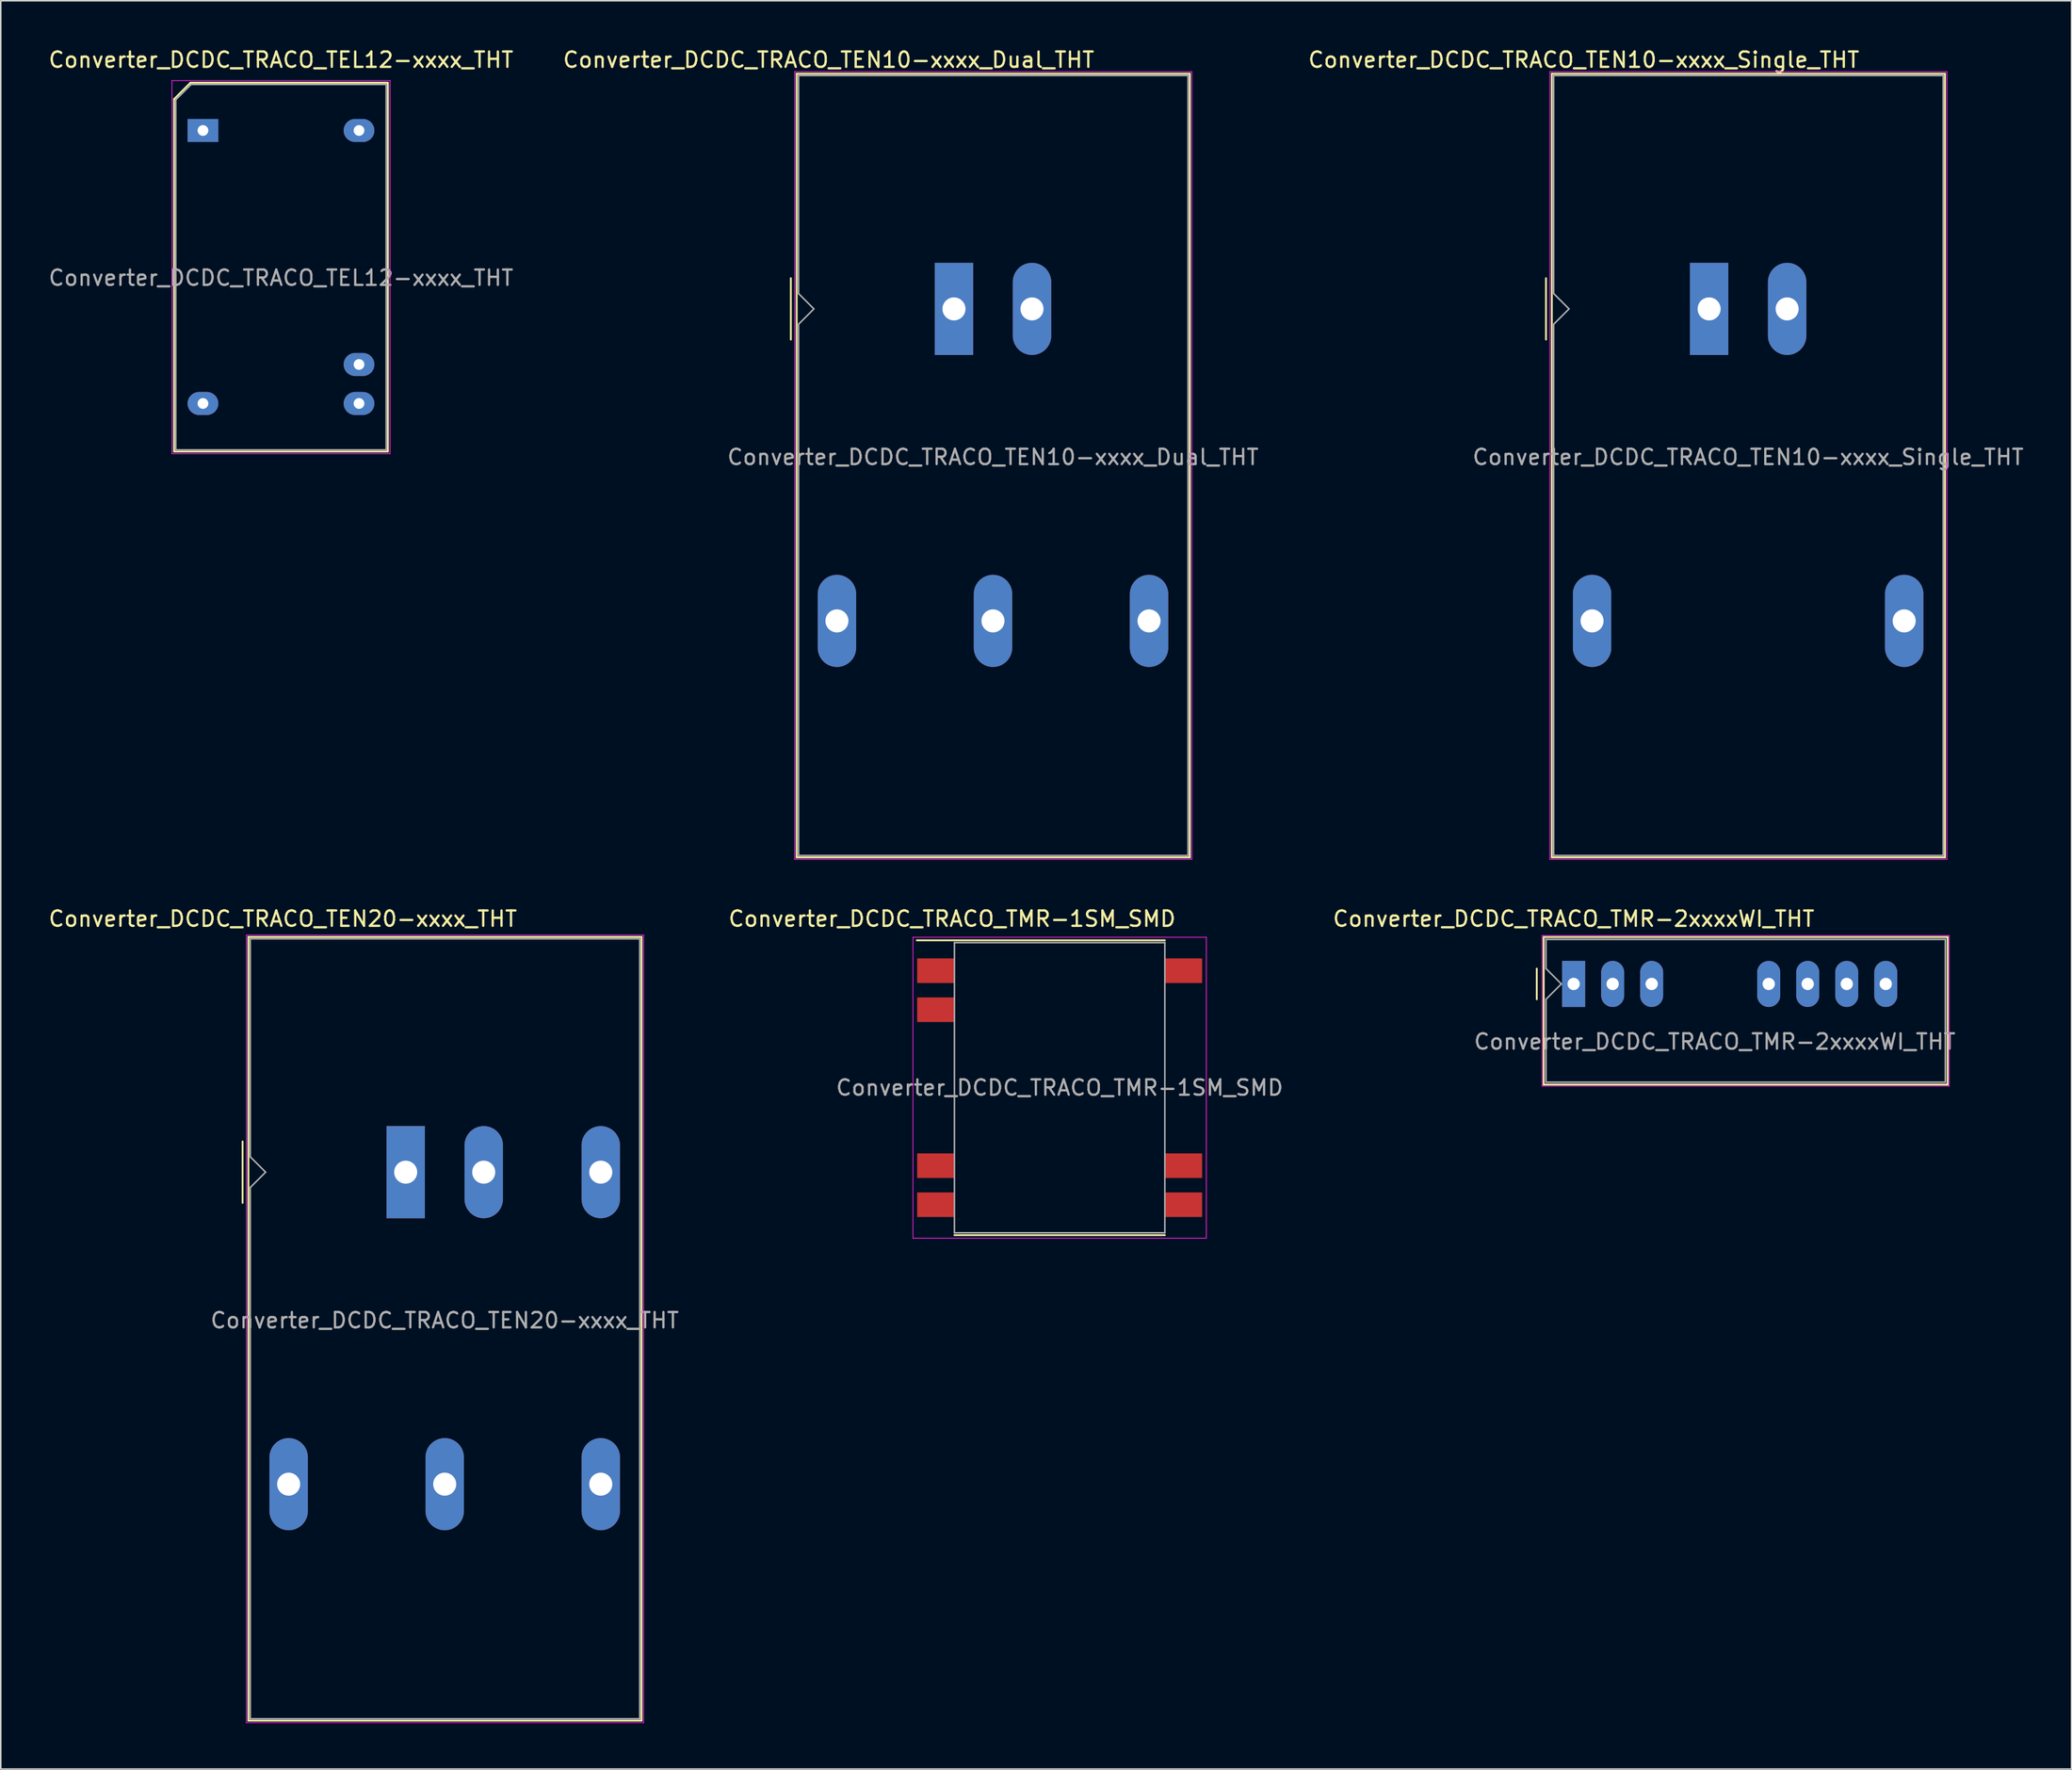
<source format=kicad_pcb>
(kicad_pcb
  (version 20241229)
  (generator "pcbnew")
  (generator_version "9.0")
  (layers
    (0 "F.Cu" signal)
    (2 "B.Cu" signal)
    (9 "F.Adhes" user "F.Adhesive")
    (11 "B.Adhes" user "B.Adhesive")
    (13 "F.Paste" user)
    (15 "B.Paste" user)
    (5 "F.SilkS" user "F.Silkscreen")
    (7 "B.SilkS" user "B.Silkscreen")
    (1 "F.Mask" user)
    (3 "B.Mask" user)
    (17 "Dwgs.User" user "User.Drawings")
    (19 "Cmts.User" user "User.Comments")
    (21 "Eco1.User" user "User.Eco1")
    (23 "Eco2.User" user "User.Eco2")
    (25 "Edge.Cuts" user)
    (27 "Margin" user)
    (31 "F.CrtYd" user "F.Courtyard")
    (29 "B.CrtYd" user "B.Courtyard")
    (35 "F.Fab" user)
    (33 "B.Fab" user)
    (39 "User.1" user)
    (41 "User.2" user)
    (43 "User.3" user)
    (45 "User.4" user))
  (footprint "Converter_DCDC_TRACO_TMR-1SM_SMD"
    (layer "F.Cu")
    (at 65.939 67.791)
    (property "Reference" "Converter_DCDC_TRACO_TMR-1SM_SMD" (at -7 -11 0) (layer "F.SilkS") (effects (font (size 1 1) (thickness 0.15))))
    (attr smd)
    (fp_line (start -9.3 -9.6) (end 6.85 -9.6) (stroke (width 0.12) (type solid)) (layer "F.SilkS"))
    (fp_line (start -6.85 9.6) (end 6.85 9.6) (stroke (width 0.12) (type solid)) (layer "F.SilkS"))
    (fp_line (start -9.55 -9.8) (end -9.55 9.8) (stroke (width 0.05) (type solid)) (layer "F.CrtYd"))
    (fp_line (start -9.55 -9.8) (end 9.55 -9.8) (stroke (width 0.05) (type solid)) (layer "F.CrtYd"))
    (fp_line (start -9.55 9.8) (end 9.55 9.8) (stroke (width 0.05) (type solid)) (layer "F.CrtYd"))
    (fp_line (start 9.55 -9.8) (end 9.55 9.8) (stroke (width 0.05) (type solid)) (layer "F.CrtYd"))
    (fp_line (start -6.85 -9.45) (end -6.85 9.45) (stroke (width 0.1) (type solid)) (layer "F.Fab"))
    (fp_line (start 6.85 -9.45) (end -6.85 -9.45) (stroke (width 0.1) (type solid)) (layer "F.Fab"))
    (fp_line (start 6.85 -9.45) (end 6.85 9.45) (stroke (width 0.1) (type solid)) (layer "F.Fab"))
    (fp_line (start 6.85 9.45) (end -6.85 9.45) (stroke (width 0.1) (type solid)) (layer "F.Fab"))
    (fp_text user "${REFERENCE}" (at 0 0 180) (layer "F.Fab") (effects (font (size 1 1) (thickness 0.15))))
    (pad "1" smd rect (at -8.075 -7.62) (size 2.4 1.6) (layers "F.Cu" "F.Mask" "F.Paste"))
    (pad "2" smd rect (at -8.075 -5.08) (size 2.4 1.6) (layers "F.Cu" "F.Mask" "F.Paste"))
    (pad "6" smd rect (at -8.075 5.08) (size 2.4 1.6) (layers "F.Cu" "F.Mask" "F.Paste"))
    (pad "7" smd rect (at -8.075 7.62) (size 2.4 1.6) (layers "F.Cu" "F.Mask" "F.Paste"))
    (pad "8" smd rect (at 8.075 7.62) (size 2.4 1.6) (layers "F.Cu" "F.Mask" "F.Paste"))
    (pad "9" smd rect (at 8.075 5.08) (size 2.4 1.6) (layers "F.Cu" "F.Mask" "F.Paste"))
    (pad "14" smd rect (at 8.075 -7.62) (size 2.4 1.6) (layers "F.Cu" "F.Mask" "F.Paste")))
  (footprint "Converter_DCDC_TRACO_TEN20-xxxx_THT"
    (layer "F.Cu")
    (at 23.363 73.291)
    (property "Reference" "Converter_DCDC_TRACO_TEN20-xxxx_THT" (at -8 -16.5 180) (layer "F.SilkS") (effects (font (size 1 1) (thickness 0.15))))
    (attr through_hole)
    (fp_line (start -10.62 -2) (end -10.62 2) (stroke (width 0.12) (type solid)) (layer "F.SilkS"))
    (fp_line (start -10.24 -15.32) (end 15.36 -15.32) (stroke (width 0.12) (type solid)) (layer "F.SilkS"))
    (fp_line (start -10.24 35.72) (end -10.24 -15.32) (stroke (width 0.12) (type solid)) (layer "F.SilkS"))
    (fp_line (start 15.36 -15.32) (end 15.36 35.72) (stroke (width 0.12) (type solid)) (layer "F.SilkS"))
    (fp_line (start 15.36 35.72) (end -10.24 35.72) (stroke (width 0.12) (type solid)) (layer "F.SilkS"))
    (fp_line (start -10.37 -15.45) (end 15.49 -15.45) (stroke (width 0.05) (type solid)) (layer "F.CrtYd"))
    (fp_line (start -10.37 35.85) (end -10.37 -15.45) (stroke (width 0.05) (type solid)) (layer "F.CrtYd"))
    (fp_line (start -10.37 35.85) (end 15.49 35.85) (stroke (width 0.05) (type solid)) (layer "F.CrtYd"))
    (fp_line (start 15.49 35.85) (end 15.49 -15.45) (stroke (width 0.05) (type solid)) (layer "F.CrtYd"))
    (fp_line (start -10.12 -1) (end -10.12 -15.2) (stroke (width 0.1) (type solid)) (layer "F.Fab"))
    (fp_line (start -10.12 1) (end -10.12 35.6) (stroke (width 0.1) (type solid)) (layer "F.Fab"))
    (fp_line (start -10.12 1) (end -9.12 0) (stroke (width 0.1) (type solid)) (layer "F.Fab"))
    (fp_line (start -10.12 35.6) (end 15.24 35.6) (stroke (width 0.1) (type solid)) (layer "F.Fab"))
    (fp_line (start -9.12 0) (end -10.12 -1) (stroke (width 0.1) (type solid)) (layer "F.Fab"))
    (fp_line (start 15.24 -15.2) (end -10.12 -15.2) (stroke (width 0.1) (type solid)) (layer "F.Fab"))
    (fp_line (start 15.24 35.6) (end 15.24 -15.2) (stroke (width 0.1) (type solid)) (layer "F.Fab"))
    (fp_text user "${REFERENCE}" (at 2.54 9.652 0) (layer "F.Fab") (effects (font (size 1 1) (thickness 0.15))))
    (pad "1" thru_hole rect (at 0 0 90) (size 6 2.5) (drill 1.5) (layers "*.Cu" "*.Mask"))
    (pad "2" thru_hole oval (at 5.08 0 90) (size 6 2.5) (drill 1.5) (layers "*.Cu" "*.Mask"))
    (pad "3" thru_hole oval (at -7.62 20.32 90) (size 6 2.5) (drill 1.5) (layers "*.Cu" "*.Mask"))
    (pad "4" thru_hole oval (at 2.54 20.32 90) (size 6 2.5) (drill 1.5) (layers "*.Cu" "*.Mask"))
    (pad "5" thru_hole oval (at 12.7 20.32 90) (size 6 2.5) (drill 1.5) (layers "*.Cu" "*.Mask"))
    (pad "6" thru_hole oval (at 12.7 0 90) (size 6 2.5) (drill 1.5) (layers "*.Cu" "*.Mask")))
  (footprint "Converter_DCDC_TRACO_TEL12-xxxx_THT"
    (layer "F.Cu")
    (at 10.164 5.448)
    (property "Reference" "Converter_DCDC_TRACO_TEL12-xxxx_THT" (at 5.08 -4.6 180) (layer "F.SilkS") (effects (font (size 1 1) (thickness 0.15))))
    (attr through_hole)
    (fp_line (start -1.88 -2.045) (end -1.88 20.9) (stroke (width 0.12) (type solid)) (layer "F.SilkS"))
    (fp_line (start -1.88 20.91) (end 12.04 20.91) (stroke (width 0.12) (type solid)) (layer "F.SilkS"))
    (fp_line (start -0.815 -3.11) (end -1.88 -2.045) (stroke (width 0.12) (type solid)) (layer "F.SilkS"))
    (fp_line (start 12.03 -3.11) (end -0.815 -3.11) (stroke (width 0.12) (type solid)) (layer "F.SilkS"))
    (fp_line (start 12.04 20.9) (end 12.04 -3.1) (stroke (width 0.12) (type solid)) (layer "F.SilkS"))
    (fp_line (start -2.02 -3.25) (end 12.18 -3.25) (stroke (width 0.05) (type solid)) (layer "F.CrtYd"))
    (fp_line (start -2.02 21.05) (end -2.02 -3.25) (stroke (width 0.05) (type solid)) (layer "F.CrtYd"))
    (fp_line (start 12.18 -3.25) (end 12.18 21.05) (stroke (width 0.05) (type solid)) (layer "F.CrtYd"))
    (fp_line (start 12.18 21.05) (end -2.02 21.05) (stroke (width 0.05) (type solid)) (layer "F.CrtYd"))
    (fp_line (start -1.77 20.8) (end -1.77 -2) (stroke (width 0.1) (type solid)) (layer "F.Fab"))
    (fp_line (start -0.77 -3) (end -1.77 -2) (stroke (width 0.1) (type solid)) (layer "F.Fab"))
    (fp_line (start -0.77 -3) (end 11.93 -3) (stroke (width 0.1) (type solid)) (layer "F.Fab"))
    (fp_line (start 11.93 -3) (end 11.93 20.8) (stroke (width 0.1) (type solid)) (layer "F.Fab"))
    (fp_line (start 11.93 20.8) (end -1.77 20.8) (stroke (width 0.1) (type solid)) (layer "F.Fab"))
    (fp_text user "${REFERENCE}" (at 5.08 9.6 0) (layer "F.Fab") (effects (font (size 1 1) (thickness 0.15))))
    (pad "1" thru_hole rect (at 0 0) (size 2 1.5) (drill 0.7) (layers "*.Cu" "*.Mask"))
    (pad "8" thru_hole oval (at 0 17.78) (size 2 1.5) (drill 0.7) (layers "*.Cu" "*.Mask"))
    (pad "9" thru_hole oval (at 10.16 17.78) (size 2 1.5) (drill 0.7) (layers "*.Cu" "*.Mask"))
    (pad "10" thru_hole oval (at 10.16 15.24) (size 2 1.5) (drill 0.7) (layers "*.Cu" "*.Mask"))
    (pad "16" thru_hole oval (at 10.16 0) (size 2 1.5) (drill 0.7) (layers "*.Cu" "*.Mask")))
  (footprint "Converter_DCDC_TRACO_TEN10-xxxx_Single_THT"
    (layer "F.Cu")
    (at 108.223 17.068)
    (property "Reference" "Converter_DCDC_TRACO_TEN10-xxxx_Single_THT" (at -8.16 -16.22 180) (layer "F.SilkS") (effects (font (size 1 1) (thickness 0.15))))
    (attr through_hole)
    (fp_line (start -10.62 -2) (end -10.62 2) (stroke (width 0.12) (type solid)) (layer "F.SilkS"))
    (fp_line (start -10.24 -15.32) (end 15.36 -15.32) (stroke (width 0.12) (type solid)) (layer "F.SilkS"))
    (fp_line (start -10.24 35.72) (end -10.24 -15.32) (stroke (width 0.12) (type solid)) (layer "F.SilkS"))
    (fp_line (start 15.36 -15.32) (end 15.36 35.72) (stroke (width 0.12) (type solid)) (layer "F.SilkS"))
    (fp_line (start 15.36 35.72) (end -10.24 35.72) (stroke (width 0.12) (type solid)) (layer "F.SilkS"))
    (fp_line (start -10.37 -15.45) (end 15.49 -15.45) (stroke (width 0.05) (type solid)) (layer "F.CrtYd"))
    (fp_line (start -10.37 35.85) (end -10.37 -15.45) (stroke (width 0.05) (type solid)) (layer "F.CrtYd"))
    (fp_line (start -10.37 35.85) (end 15.49 35.85) (stroke (width 0.05) (type solid)) (layer "F.CrtYd"))
    (fp_line (start 15.49 35.85) (end 15.49 -15.45) (stroke (width 0.05) (type solid)) (layer "F.CrtYd"))
    (fp_line (start -10.12 -1) (end -10.12 -15.2) (stroke (width 0.1) (type solid)) (layer "F.Fab"))
    (fp_line (start -10.12 1) (end -10.12 35.6) (stroke (width 0.1) (type solid)) (layer "F.Fab"))
    (fp_line (start -10.12 1) (end -9.12 0) (stroke (width 0.1) (type solid)) (layer "F.Fab"))
    (fp_line (start -10.12 35.6) (end 15.24 35.6) (stroke (width 0.1) (type solid)) (layer "F.Fab"))
    (fp_line (start -9.12 0) (end -10.12 -1) (stroke (width 0.1) (type solid)) (layer "F.Fab"))
    (fp_line (start 15.24 -15.2) (end -10.12 -15.2) (stroke (width 0.1) (type solid)) (layer "F.Fab"))
    (fp_line (start 15.24 35.6) (end 15.24 -15.2) (stroke (width 0.1) (type solid)) (layer "F.Fab"))
    (fp_text user "${REFERENCE}" (at 2.54 9.652 0) (layer "F.Fab") (effects (font (size 1 1) (thickness 0.15))))
    (pad "1" thru_hole rect (at 0 0 90) (size 6 2.5) (drill 1.5) (layers "*.Cu" "*.Mask"))
    (pad "2" thru_hole oval (at 5.08 0 90) (size 6 2.5) (drill 1.5) (layers "*.Cu" "*.Mask"))
    (pad "3" thru_hole oval (at -7.62 20.32 90) (size 6 2.5) (drill 1.5) (layers "*.Cu" "*.Mask"))
    (pad "5" thru_hole oval (at 12.7 20.32 90) (size 6 2.5) (drill 1.5) (layers "*.Cu" "*.Mask")))
  (footprint "Converter_DCDC_TRACO_TEN10-xxxx_Dual_THT"
    (layer "F.Cu")
    (at 59.059 17.068)
    (property "Reference" "Converter_DCDC_TRACO_TEN10-xxxx_Dual_THT" (at -8.16 -16.22 180) (layer "F.SilkS") (effects (font (size 1 1) (thickness 0.15))))
    (attr through_hole)
    (fp_line (start -10.62 -2) (end -10.62 2) (stroke (width 0.12) (type solid)) (layer "F.SilkS"))
    (fp_line (start -10.24 -15.32) (end 15.36 -15.32) (stroke (width 0.12) (type solid)) (layer "F.SilkS"))
    (fp_line (start -10.24 35.72) (end -10.24 -15.32) (stroke (width 0.12) (type solid)) (layer "F.SilkS"))
    (fp_line (start 15.36 -15.32) (end 15.36 35.72) (stroke (width 0.12) (type solid)) (layer "F.SilkS"))
    (fp_line (start 15.36 35.72) (end -10.24 35.72) (stroke (width 0.12) (type solid)) (layer "F.SilkS"))
    (fp_line (start -10.37 -15.45) (end 15.49 -15.45) (stroke (width 0.05) (type solid)) (layer "F.CrtYd"))
    (fp_line (start -10.37 35.85) (end -10.37 -15.45) (stroke (width 0.05) (type solid)) (layer "F.CrtYd"))
    (fp_line (start -10.37 35.85) (end 15.49 35.85) (stroke (width 0.05) (type solid)) (layer "F.CrtYd"))
    (fp_line (start 15.49 35.85) (end 15.49 -15.45) (stroke (width 0.05) (type solid)) (layer "F.CrtYd"))
    (fp_line (start -10.12 -1) (end -10.12 -15.2) (stroke (width 0.1) (type solid)) (layer "F.Fab"))
    (fp_line (start -10.12 1) (end -10.12 35.6) (stroke (width 0.1) (type solid)) (layer "F.Fab"))
    (fp_line (start -10.12 1) (end -9.12 0) (stroke (width 0.1) (type solid)) (layer "F.Fab"))
    (fp_line (start -10.12 35.6) (end 15.24 35.6) (stroke (width 0.1) (type solid)) (layer "F.Fab"))
    (fp_line (start -9.12 0) (end -10.12 -1) (stroke (width 0.1) (type solid)) (layer "F.Fab"))
    (fp_line (start 15.24 -15.2) (end -10.12 -15.2) (stroke (width 0.1) (type solid)) (layer "F.Fab"))
    (fp_line (start 15.24 35.6) (end 15.24 -15.2) (stroke (width 0.1) (type solid)) (layer "F.Fab"))
    (fp_text user "${REFERENCE}" (at 2.54 9.652 0) (layer "F.Fab") (effects (font (size 1 1) (thickness 0.15))))
    (pad "1" thru_hole rect (at 0 0 90) (size 6 2.5) (drill 1.5) (layers "*.Cu" "*.Mask"))
    (pad "2" thru_hole oval (at 5.08 0 90) (size 6 2.5) (drill 1.5) (layers "*.Cu" "*.Mask"))
    (pad "3" thru_hole oval (at -7.62 20.32 90) (size 6 2.5) (drill 1.5) (layers "*.Cu" "*.Mask"))
    (pad "4" thru_hole oval (at 2.54 20.32 90) (size 6 2.5) (drill 1.5) (layers "*.Cu" "*.Mask"))
    (pad "5" thru_hole oval (at 12.7 20.32 90) (size 6 2.5) (drill 1.5) (layers "*.Cu" "*.Mask")))
  (footprint "Converter_DCDC_TRACO_TMR-2xxxxWI_THT"
    (layer "F.Cu")
    (at 99.403 61.032)
    (property "Reference" "Converter_DCDC_TRACO_TMR-2xxxxWI_THT" (at 0 -4.24 0) (layer "F.SilkS") (effects (font (size 1 1) (thickness 0.15))))
    (attr through_hole)
    (fp_line (start -2.4 -1) (end -2.4 1) (stroke (width 0.12) (type solid)) (layer "F.SilkS"))
    (fp_line (start -1.95 -3.05) (end 24.35 -3.05) (stroke (width 0.12) (type solid)) (layer "F.SilkS"))
    (fp_line (start -1.95 6.55) (end -1.95 -3.05) (stroke (width 0.12) (type solid)) (layer "F.SilkS"))
    (fp_line (start 24.35 -3.05) (end 24.35 6.55) (stroke (width 0.12) (type solid)) (layer "F.SilkS"))
    (fp_line (start 24.35 6.55) (end -1.95 6.55) (stroke (width 0.12) (type solid)) (layer "F.SilkS"))
    (fp_line (start -2.05 -3.15) (end -2.05 6.65) (stroke (width 0.05) (type solid)) (layer "F.CrtYd"))
    (fp_line (start -2.05 -3.15) (end 24.45 -3.15) (stroke (width 0.05) (type solid)) (layer "F.CrtYd"))
    (fp_line (start -2.05 6.65) (end 24.45 6.65) (stroke (width 0.05) (type solid)) (layer "F.CrtYd"))
    (fp_line (start 24.45 -3.15) (end 24.45 6.65) (stroke (width 0.05) (type solid)) (layer "F.CrtYd"))
    (fp_line (start -1.8 -2.9) (end -1.8 -1) (stroke (width 0.1) (type solid)) (layer "F.Fab"))
    (fp_line (start -1.8 -1) (end -0.8 0) (stroke (width 0.1) (type solid)) (layer "F.Fab"))
    (fp_line (start -1.8 1) (end -1.8 6.4) (stroke (width 0.1) (type solid)) (layer "F.Fab"))
    (fp_line (start -1.8 1) (end -0.8 0) (stroke (width 0.1) (type solid)) (layer "F.Fab"))
    (fp_line (start 24.2 -2.9) (end -1.8 -2.9) (stroke (width 0.1) (type solid)) (layer "F.Fab"))
    (fp_line (start 24.2 -2.9) (end 24.2 6.4) (stroke (width 0.1) (type solid)) (layer "F.Fab"))
    (fp_line (start 24.2 6.4) (end -1.8 6.4) (stroke (width 0.1) (type solid)) (layer "F.Fab"))
    (fp_text user "${REFERENCE}" (at 9.19 3.76 0) (layer "F.Fab") (effects (font (size 1 1) (thickness 0.15))))
    (pad "1" thru_hole rect (at 0 0) (size 1.5 3) (drill 0.8) (layers "*.Cu" "*.Mask"))
    (pad "2" thru_hole oval (at 2.54 0) (size 1.5 3) (drill 0.8) (layers "*.Cu" "*.Mask"))
    (pad "3" thru_hole oval (at 5.08 0) (size 1.5 3) (drill 0.8) (layers "*.Cu" "*.Mask"))
    (pad "6" thru_hole oval (at 12.7 0) (size 1.5 3) (drill 0.8) (layers "*.Cu" "*.Mask"))
    (pad "7" thru_hole oval (at 15.24 0) (size 1.5 3) (drill 0.8) (layers "*.Cu" "*.Mask"))
    (pad "8" thru_hole oval (at 17.78 0) (size 1.5 3) (drill 0.8) (layers "*.Cu" "*.Mask"))
    (pad "9" thru_hole oval (at 20.32 0) (size 1.5 3) (drill 0.8) (layers "*.Cu" "*.Mask")))
  (gr_rect
    (start -3 -3)
    (end 131.817 112.166)
    (stroke (width 0.1) (type default))
    (fill no)
    (layer "Edge.Cuts")))
</source>
